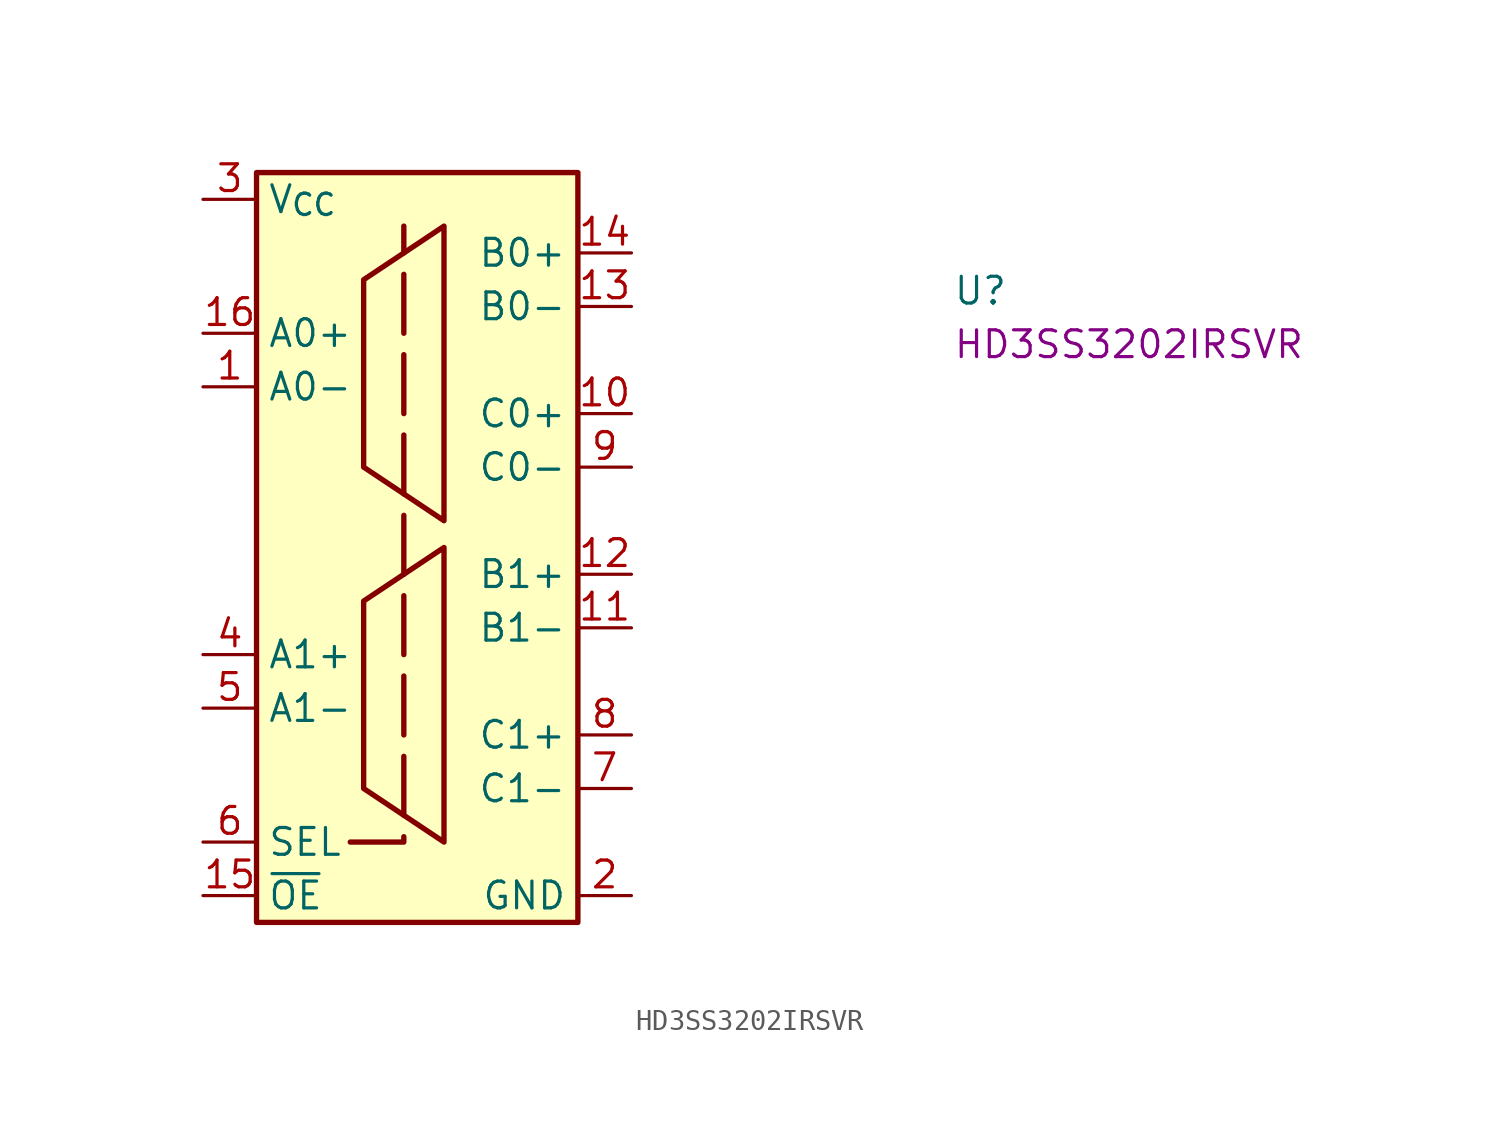
<source format=kicad_sym>
(kicad_symbol_lib
  (version 20220914)
  (generator kicad_symbol_editor)
  (symbol "HD3SS3202IRSVR"
    (property "Reference" "U"
      (at 35.56 -5.08 0)
      (effects (font (size 1.27 1.27) (thickness 0.15)) (justify left bottom)))
    (property "MPN" "HD3SS3202IRSVR"
      (at 35.56 -7.62 0)
      (effects (font (size 1.27 1.27) (thickness 0.15)) (justify left bottom)))
    (symbol "HD3SS3202IRSVR_1_1"
      (polyline (pts (xy 6.985 -30.48) (xy 9.525 -30.48) (xy 9.525 -1.27)) (stroke (width 0.254) (type dash)) (fill (type background)))
      (polyline (pts (xy 11.43 -16.51) (xy 11.43 -30.48) (xy 7.62 -27.94) (xy 7.62 -19.05) (xy 11.43 -16.51)) (stroke (width 0.254) (type default)) (fill (type background)))
      (polyline (pts (xy 11.43 -1.27) (xy 11.43 -15.24) (xy 7.62 -12.7) (xy 7.62 -3.81) (xy 11.43 -1.27)) (stroke (width 0.254) (type default)) (fill (type background)))
      (rectangle (start 2.54 1.27) (end 17.78 -34.29) (stroke (width 0.254) (type default)) (fill (type background)))
      (pin bidirectional line (at 0 -8.89 0) (length 2.54) (name "A0-" (effects (font (size 1.27 1.27)))) (number "1" (effects (font (size 1.27 1.27)))))
      (pin bidirectional line (at 20.32 -10.16 180) (length 2.54) (name "C0+" (effects (font (size 1.27 1.27)))) (number "10" (effects (font (size 1.27 1.27)))))
      (pin bidirectional line (at 20.32 -20.32 180) (length 2.54) (name "B1-" (effects (font (size 1.27 1.27)))) (number "11" (effects (font (size 1.27 1.27)))))
      (pin bidirectional line (at 20.32 -17.78 180) (length 2.54) (name "B1+" (effects (font (size 1.27 1.27)))) (number "12" (effects (font (size 1.27 1.27)))))
      (pin bidirectional line (at 20.32 -5.08 180) (length 2.54) (name "B0-" (effects (font (size 1.27 1.27)))) (number "13" (effects (font (size 1.27 1.27)))))
      (pin bidirectional line (at 20.32 -2.54 180) (length 2.54) (name "B0+" (effects (font (size 1.27 1.27)))) (number "14" (effects (font (size 1.27 1.27)))))
      (pin input line (at 0 -33.02 0) (length 2.54) (name "~{OE}" (effects (font (size 1.27 1.27)))) (number "15" (effects (font (size 1.27 1.27)))))
      (pin bidirectional line (at 0 -6.35 0) (length 2.54) (name "A0+" (effects (font (size 1.27 1.27)))) (number "16" (effects (font (size 1.27 1.27)))))
      (pin power_in line (at 20.32 -33.02 180) (length 2.54) (name "GND" (effects (font (size 1.27 1.27)))) (number "2" (effects (font (size 1.27 1.27)))))
      (pin power_in line (at 0 0 0) (length 2.54) (name "V_{CC}" (effects (font (size 1.27 1.27)))) (number "3" (effects (font (size 1.27 1.27)))))
      (pin bidirectional line (at 0 -21.59 0) (length 2.54) (name "A1+" (effects (font (size 1.27 1.27)))) (number "4" (effects (font (size 1.27 1.27)))))
      (pin bidirectional line (at 0 -24.13 0) (length 2.54) (name "A1-" (effects (font (size 1.27 1.27)))) (number "5" (effects (font (size 1.27 1.27)))))
      (pin input line (at 0 -30.48 0) (length 2.54) (name "SEL" (effects (font (size 1.27 1.27)))) (number "6" (effects (font (size 1.27 1.27)))))
      (pin bidirectional line (at 20.32 -27.94 180) (length 2.54) (name "C1-" (effects (font (size 1.27 1.27)))) (number "7" (effects (font (size 1.27 1.27)))))
      (pin bidirectional line (at 20.32 -25.4 180) (length 2.54) (name "C1+" (effects (font (size 1.27 1.27)))) (number "8" (effects (font (size 1.27 1.27)))))
      (pin bidirectional line (at 20.32 -12.7 180) (length 2.54) (name "C0-" (effects (font (size 1.27 1.27)))) (number "9" (effects (font (size 1.27 1.27))))))))
</source>
